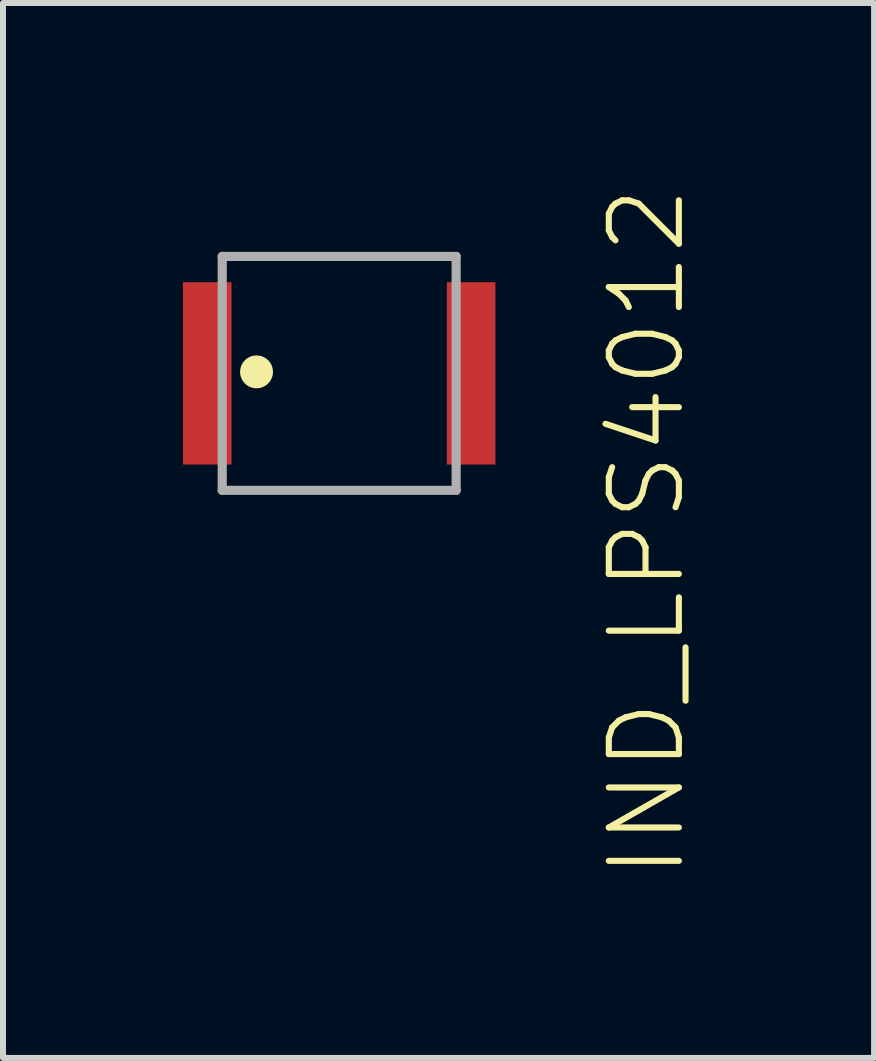
<source format=kicad_pcb>
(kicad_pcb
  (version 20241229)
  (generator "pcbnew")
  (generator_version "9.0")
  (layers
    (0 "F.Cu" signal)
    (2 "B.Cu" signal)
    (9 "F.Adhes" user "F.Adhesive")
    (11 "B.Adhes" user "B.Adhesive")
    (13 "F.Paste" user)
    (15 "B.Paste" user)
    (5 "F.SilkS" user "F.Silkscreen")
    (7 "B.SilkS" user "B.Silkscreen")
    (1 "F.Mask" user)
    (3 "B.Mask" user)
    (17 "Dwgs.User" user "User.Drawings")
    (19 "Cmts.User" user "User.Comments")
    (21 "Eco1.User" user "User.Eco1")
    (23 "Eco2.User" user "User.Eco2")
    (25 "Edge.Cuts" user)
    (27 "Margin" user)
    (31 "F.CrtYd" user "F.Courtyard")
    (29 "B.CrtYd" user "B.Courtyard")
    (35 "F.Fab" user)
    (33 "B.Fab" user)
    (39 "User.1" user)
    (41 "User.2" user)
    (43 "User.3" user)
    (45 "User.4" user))
  (footprint "IND_LPS4012"
    (layer "F.Cu")
    (at 2.605 3.175)
    (property "Reference" "IND_LPS4012" (at 4.445 -3.175 90) (layer "F.SilkS") (effects (font (size 1.168 1.168) (thickness 0.102)) (justify right top)))
    (fp_circle (center -1.378 -0.025) (end -1.241 -0.025) (stroke (width 0.274) (type solid)) (fill yes) (layer "F.SilkS"))
    (fp_line (start -1.95 -1.95) (end -1.95 1.95) (stroke (width 0.152) (type solid)) (layer "F.Fab"))
    (fp_line (start 1.95 -1.95) (end -1.95 -1.95) (stroke (width 0.152) (type solid)) (layer "F.Fab"))
    (fp_line (start 1.95 -1.95) (end 1.95 1.95) (stroke (width 0.152) (type solid)) (layer "F.Fab"))
    (fp_line (start 1.95 1.95) (end -1.95 1.95) (stroke (width 0.152) (type solid)) (layer "F.Fab"))
    (pad "1" smd rect (at -2.2 0) (size 0.81 3.04) (layers "F.Cu" "F.Mask" "F.Paste"))
    (pad "2" smd rect (at 2.2 0) (size 0.81 3.04) (layers "F.Cu" "F.Mask" "F.Paste")))
  (gr_rect
    (start -3 -3)
    (end 11.523 14.588)
    (stroke (width 0.1) (type default))
    (fill no)
    (layer "Edge.Cuts")))
</source>
